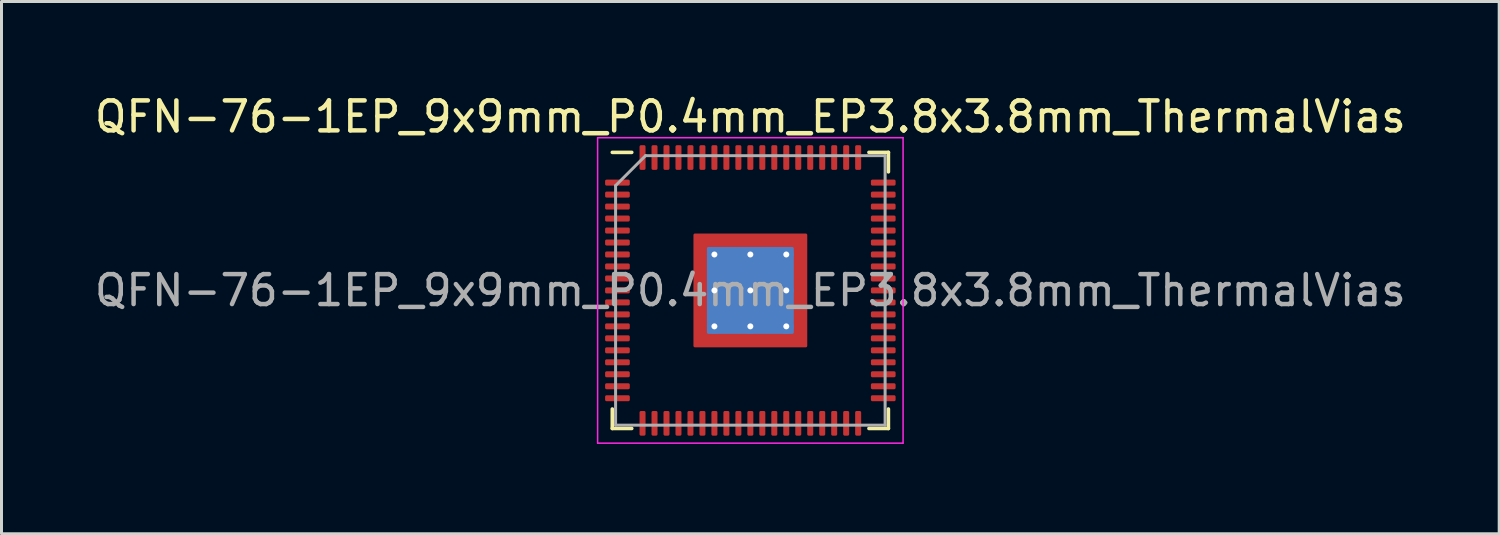
<source format=kicad_pcb>
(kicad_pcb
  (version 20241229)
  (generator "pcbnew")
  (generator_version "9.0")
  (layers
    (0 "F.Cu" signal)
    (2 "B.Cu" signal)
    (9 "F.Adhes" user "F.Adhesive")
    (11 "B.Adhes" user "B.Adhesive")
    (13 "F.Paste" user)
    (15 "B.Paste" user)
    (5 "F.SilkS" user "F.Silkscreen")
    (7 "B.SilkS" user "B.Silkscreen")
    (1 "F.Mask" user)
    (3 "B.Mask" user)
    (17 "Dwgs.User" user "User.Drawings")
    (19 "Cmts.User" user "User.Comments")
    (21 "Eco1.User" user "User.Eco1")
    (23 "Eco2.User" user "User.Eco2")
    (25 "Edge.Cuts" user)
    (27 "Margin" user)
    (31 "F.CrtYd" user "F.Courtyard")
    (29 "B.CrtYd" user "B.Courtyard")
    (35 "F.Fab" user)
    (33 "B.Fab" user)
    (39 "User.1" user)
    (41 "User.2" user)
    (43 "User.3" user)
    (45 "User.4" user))
  (footprint "QFN-76-1EP_9x9mm_P0.4mm_EP3.8x3.8mm_ThermalVias"
    (layer "F.Cu")
    (at 22.006 6.648)
    (property "Reference" "QFN-76-1EP_9x9mm_P0.4mm_EP3.8x3.8mm_ThermalVias" (at 0 -5.8 0) (layer "F.SilkS") (effects (font (size 1 1) (thickness 0.15))))
    (attr smd)
    (fp_line (start -4.61 4.61) (end -4.61 3.96) (stroke (width 0.12) (type solid)) (layer "F.SilkS"))
    (fp_line (start -3.96 -4.61) (end -4.61 -4.61) (stroke (width 0.12) (type solid)) (layer "F.SilkS"))
    (fp_line (start -3.96 4.61) (end -4.61 4.61) (stroke (width 0.12) (type solid)) (layer "F.SilkS"))
    (fp_line (start 3.96 -4.61) (end 4.61 -4.61) (stroke (width 0.12) (type solid)) (layer "F.SilkS"))
    (fp_line (start 3.96 4.61) (end 4.61 4.61) (stroke (width 0.12) (type solid)) (layer "F.SilkS"))
    (fp_line (start 4.61 -4.61) (end 4.61 -3.96) (stroke (width 0.12) (type solid)) (layer "F.SilkS"))
    (fp_line (start 4.61 4.61) (end 4.61 3.96) (stroke (width 0.12) (type solid)) (layer "F.SilkS"))
    (fp_line (start -5.1 -5.1) (end -5.1 5.1) (stroke (width 0.05) (type solid)) (layer "F.CrtYd"))
    (fp_line (start -5.1 5.1) (end 5.1 5.1) (stroke (width 0.05) (type solid)) (layer "F.CrtYd"))
    (fp_line (start 5.1 -5.1) (end -5.1 -5.1) (stroke (width 0.05) (type solid)) (layer "F.CrtYd"))
    (fp_line (start 5.1 5.1) (end 5.1 -5.1) (stroke (width 0.05) (type solid)) (layer "F.CrtYd"))
    (fp_line (start -4.5 -3.5) (end -3.5 -4.5) (stroke (width 0.1) (type solid)) (layer "F.Fab"))
    (fp_line (start -4.5 4.5) (end -4.5 -3.5) (stroke (width 0.1) (type solid)) (layer "F.Fab"))
    (fp_line (start -3.5 -4.5) (end 4.5 -4.5) (stroke (width 0.1) (type solid)) (layer "F.Fab"))
    (fp_line (start 4.5 -4.5) (end 4.5 4.5) (stroke (width 0.1) (type solid)) (layer "F.Fab"))
    (fp_line (start 4.5 4.5) (end -4.5 4.5) (stroke (width 0.1) (type solid)) (layer "F.Fab"))
    (fp_text user "${REFERENCE}" (at 0 0 0) (layer "F.Fab") (effects (font (size 1 1) (thickness 0.15))))
    (pad "" smd custom (at -1.55 -1.55) (size 0.46 0.46) (layers "F.Paste") (options (anchor circle)) (primitives (gr_poly (pts (xy -0.282 -0.282) (xy 0.282 -0.282) (xy 0.282 0.135) (xy 0.135 0.282) (xy -0.282 0.282)) (width 0) (fill yes))))
    (pad "" smd custom (at -1.55 -0.6) (size 0.495 0.495) (layers "F.Paste") (options (anchor circle)) (primitives (gr_poly (pts (xy -0.282 -0.484) (xy 0.183 -0.484) (xy 0.282 -0.385) (xy 0.282 0.385) (xy 0.183 0.484) (xy -0.282 0.484)) (width 0) (fill yes))))
    (pad "" smd custom (at -1.55 0.6) (size 0.495 0.495) (layers "F.Paste") (options (anchor circle)) (primitives (gr_poly (pts (xy -0.282 -0.484) (xy 0.183 -0.484) (xy 0.282 -0.385) (xy 0.282 0.385) (xy 0.183 0.484) (xy -0.282 0.484)) (width 0) (fill yes))))
    (pad "" smd custom (at -1.55 1.55) (size 0.46 0.46) (layers "F.Paste") (options (anchor circle)) (primitives (gr_poly (pts (xy -0.282 -0.282) (xy 0.135 -0.282) (xy 0.282 -0.135) (xy 0.282 0.282) (xy -0.282 0.282)) (width 0) (fill yes))))
    (pad "" smd custom (at -0.6 -1.55) (size 0.495 0.495) (layers "F.Paste") (options (anchor circle)) (primitives (gr_poly (pts (xy -0.484 -0.282) (xy 0.484 -0.282) (xy 0.484 0.183) (xy 0.385 0.282) (xy -0.385 0.282) (xy -0.484 0.183)) (width 0) (fill yes))))
    (pad "" smd custom (at -0.6 -0.6) (size 0.932 0.932) (layers "F.Paste") (options (anchor circle)) (primitives (gr_poly (pts (xy -0.484 -0.433) (xy -0.433 -0.484) (xy 0.433 -0.484) (xy 0.484 -0.433) (xy 0.484 0.433) (xy 0.433 0.484) (xy -0.433 0.484) (xy -0.484 0.433)) (width 0) (fill yes))))
    (pad "" smd custom (at -0.6 0.6) (size 0.932 0.932) (layers "F.Paste") (options (anchor circle)) (primitives (gr_poly (pts (xy -0.484 -0.433) (xy -0.433 -0.484) (xy 0.433 -0.484) (xy 0.484 -0.433) (xy 0.484 0.433) (xy 0.433 0.484) (xy -0.433 0.484) (xy -0.484 0.433)) (width 0) (fill yes))))
    (pad "" smd custom (at -0.6 1.55) (size 0.495 0.495) (layers "F.Paste") (options (anchor circle)) (primitives (gr_poly (pts (xy -0.484 -0.183) (xy -0.385 -0.282) (xy 0.385 -0.282) (xy 0.484 -0.183) (xy 0.484 0.282) (xy -0.484 0.282)) (width 0) (fill yes))))
    (pad "" smd custom (at 0.6 -1.55) (size 0.495 0.495) (layers "F.Paste") (options (anchor circle)) (primitives (gr_poly (pts (xy -0.484 -0.282) (xy 0.484 -0.282) (xy 0.484 0.183) (xy 0.385 0.282) (xy -0.385 0.282) (xy -0.484 0.183)) (width 0) (fill yes))))
    (pad "" smd custom (at 0.6 -0.6) (size 0.932 0.932) (layers "F.Paste") (options (anchor circle)) (primitives (gr_poly (pts (xy -0.484 -0.433) (xy -0.433 -0.484) (xy 0.433 -0.484) (xy 0.484 -0.433) (xy 0.484 0.433) (xy 0.433 0.484) (xy -0.433 0.484) (xy -0.484 0.433)) (width 0) (fill yes))))
    (pad "" smd custom (at 0.6 0.6) (size 0.932 0.932) (layers "F.Paste") (options (anchor circle)) (primitives (gr_poly (pts (xy -0.484 -0.433) (xy -0.433 -0.484) (xy 0.433 -0.484) (xy 0.484 -0.433) (xy 0.484 0.433) (xy 0.433 0.484) (xy -0.433 0.484) (xy -0.484 0.433)) (width 0) (fill yes))))
    (pad "" smd custom (at 0.6 1.55) (size 0.495 0.495) (layers "F.Paste") (options (anchor circle)) (primitives (gr_poly (pts (xy -0.484 -0.183) (xy -0.385 -0.282) (xy 0.385 -0.282) (xy 0.484 -0.183) (xy 0.484 0.282) (xy -0.484 0.282)) (width 0) (fill yes))))
    (pad "" smd custom (at 1.55 -1.55) (size 0.46 0.46) (layers "F.Paste") (options (anchor circle)) (primitives (gr_poly (pts (xy -0.282 -0.282) (xy 0.282 -0.282) (xy 0.282 0.282) (xy -0.135 0.282) (xy -0.282 0.135)) (width 0) (fill yes))))
    (pad "" smd custom (at 1.55 -0.6) (size 0.495 0.495) (layers "F.Paste") (options (anchor circle)) (primitives (gr_poly (pts (xy -0.282 -0.385) (xy -0.183 -0.484) (xy 0.282 -0.484) (xy 0.282 0.484) (xy -0.183 0.484) (xy -0.282 0.385)) (width 0) (fill yes))))
    (pad "" smd custom (at 1.55 0.6) (size 0.495 0.495) (layers "F.Paste") (options (anchor circle)) (primitives (gr_poly (pts (xy -0.282 -0.385) (xy -0.183 -0.484) (xy 0.282 -0.484) (xy 0.282 0.484) (xy -0.183 0.484) (xy -0.282 0.385)) (width 0) (fill yes))))
    (pad "" smd custom (at 1.55 1.55) (size 0.46 0.46) (layers "F.Paste") (options (anchor circle)) (primitives (gr_poly (pts (xy -0.282 -0.135) (xy -0.135 -0.282) (xy 0.282 -0.282) (xy 0.282 0.282) (xy -0.282 0.282)) (width 0) (fill yes))))
    (pad "1" smd roundrect (at -4.438 -3.6) (size 0.825 0.2) (layers "F.Cu" "F.Mask" "F.Paste") (roundrect_rratio 0.25))
    (pad "2" smd roundrect (at -4.438 -3.2) (size 0.825 0.2) (layers "F.Cu" "F.Mask" "F.Paste") (roundrect_rratio 0.25))
    (pad "3" smd roundrect (at -4.438 -2.8) (size 0.825 0.2) (layers "F.Cu" "F.Mask" "F.Paste") (roundrect_rratio 0.25))
    (pad "4" smd roundrect (at -4.438 -2.4) (size 0.825 0.2) (layers "F.Cu" "F.Mask" "F.Paste") (roundrect_rratio 0.25))
    (pad "5" smd roundrect (at -4.438 -2) (size 0.825 0.2) (layers "F.Cu" "F.Mask" "F.Paste") (roundrect_rratio 0.25))
    (pad "6" smd roundrect (at -4.438 -1.6) (size 0.825 0.2) (layers "F.Cu" "F.Mask" "F.Paste") (roundrect_rratio 0.25))
    (pad "7" smd roundrect (at -4.438 -1.2) (size 0.825 0.2) (layers "F.Cu" "F.Mask" "F.Paste") (roundrect_rratio 0.25))
    (pad "8" smd roundrect (at -4.438 -0.8) (size 0.825 0.2) (layers "F.Cu" "F.Mask" "F.Paste") (roundrect_rratio 0.25))
    (pad "9" smd roundrect (at -4.438 -0.4) (size 0.825 0.2) (layers "F.Cu" "F.Mask" "F.Paste") (roundrect_rratio 0.25))
    (pad "10" smd roundrect (at -4.438 0) (size 0.825 0.2) (layers "F.Cu" "F.Mask" "F.Paste") (roundrect_rratio 0.25))
    (pad "11" smd roundrect (at -4.438 0.4) (size 0.825 0.2) (layers "F.Cu" "F.Mask" "F.Paste") (roundrect_rratio 0.25))
    (pad "12" smd roundrect (at -4.438 0.8) (size 0.825 0.2) (layers "F.Cu" "F.Mask" "F.Paste") (roundrect_rratio 0.25))
    (pad "13" smd roundrect (at -4.438 1.2) (size 0.825 0.2) (layers "F.Cu" "F.Mask" "F.Paste") (roundrect_rratio 0.25))
    (pad "14" smd roundrect (at -4.438 1.6) (size 0.825 0.2) (layers "F.Cu" "F.Mask" "F.Paste") (roundrect_rratio 0.25))
    (pad "15" smd roundrect (at -4.438 2) (size 0.825 0.2) (layers "F.Cu" "F.Mask" "F.Paste") (roundrect_rratio 0.25))
    (pad "16" smd roundrect (at -4.438 2.4) (size 0.825 0.2) (layers "F.Cu" "F.Mask" "F.Paste") (roundrect_rratio 0.25))
    (pad "17" smd roundrect (at -4.438 2.8) (size 0.825 0.2) (layers "F.Cu" "F.Mask" "F.Paste") (roundrect_rratio 0.25))
    (pad "18" smd roundrect (at -4.438 3.2) (size 0.825 0.2) (layers "F.Cu" "F.Mask" "F.Paste") (roundrect_rratio 0.25))
    (pad "19" smd roundrect (at -4.438 3.6) (size 0.825 0.2) (layers "F.Cu" "F.Mask" "F.Paste") (roundrect_rratio 0.25))
    (pad "20" smd roundrect (at -3.6 4.438) (size 0.2 0.825) (layers "F.Cu" "F.Mask" "F.Paste") (roundrect_rratio 0.25))
    (pad "21" smd roundrect (at -3.2 4.438) (size 0.2 0.825) (layers "F.Cu" "F.Mask" "F.Paste") (roundrect_rratio 0.25))
    (pad "22" smd roundrect (at -2.8 4.438) (size 0.2 0.825) (layers "F.Cu" "F.Mask" "F.Paste") (roundrect_rratio 0.25))
    (pad "23" smd roundrect (at -2.4 4.438) (size 0.2 0.825) (layers "F.Cu" "F.Mask" "F.Paste") (roundrect_rratio 0.25))
    (pad "24" smd roundrect (at -2 4.438) (size 0.2 0.825) (layers "F.Cu" "F.Mask" "F.Paste") (roundrect_rratio 0.25))
    (pad "25" smd roundrect (at -1.6 4.438) (size 0.2 0.825) (layers "F.Cu" "F.Mask" "F.Paste") (roundrect_rratio 0.25))
    (pad "26" smd roundrect (at -1.2 4.438) (size 0.2 0.825) (layers "F.Cu" "F.Mask" "F.Paste") (roundrect_rratio 0.25))
    (pad "27" smd roundrect (at -0.8 4.438) (size 0.2 0.825) (layers "F.Cu" "F.Mask" "F.Paste") (roundrect_rratio 0.25))
    (pad "28" smd roundrect (at -0.4 4.438) (size 0.2 0.825) (layers "F.Cu" "F.Mask" "F.Paste") (roundrect_rratio 0.25))
    (pad "29" smd roundrect (at 0 4.438) (size 0.2 0.825) (layers "F.Cu" "F.Mask" "F.Paste") (roundrect_rratio 0.25))
    (pad "30" smd roundrect (at 0.4 4.438) (size 0.2 0.825) (layers "F.Cu" "F.Mask" "F.Paste") (roundrect_rratio 0.25))
    (pad "31" smd roundrect (at 0.8 4.438) (size 0.2 0.825) (layers "F.Cu" "F.Mask" "F.Paste") (roundrect_rratio 0.25))
    (pad "32" smd roundrect (at 1.2 4.438) (size 0.2 0.825) (layers "F.Cu" "F.Mask" "F.Paste") (roundrect_rratio 0.25))
    (pad "33" smd roundrect (at 1.6 4.438) (size 0.2 0.825) (layers "F.Cu" "F.Mask" "F.Paste") (roundrect_rratio 0.25))
    (pad "34" smd roundrect (at 2 4.438) (size 0.2 0.825) (layers "F.Cu" "F.Mask" "F.Paste") (roundrect_rratio 0.25))
    (pad "35" smd roundrect (at 2.4 4.438) (size 0.2 0.825) (layers "F.Cu" "F.Mask" "F.Paste") (roundrect_rratio 0.25))
    (pad "36" smd roundrect (at 2.8 4.438) (size 0.2 0.825) (layers "F.Cu" "F.Mask" "F.Paste") (roundrect_rratio 0.25))
    (pad "37" smd roundrect (at 3.2 4.438) (size 0.2 0.825) (layers "F.Cu" "F.Mask" "F.Paste") (roundrect_rratio 0.25))
    (pad "38" smd roundrect (at 3.6 4.438) (size 0.2 0.825) (layers "F.Cu" "F.Mask" "F.Paste") (roundrect_rratio 0.25))
    (pad "39" smd roundrect (at 4.438 3.6) (size 0.825 0.2) (layers "F.Cu" "F.Mask" "F.Paste") (roundrect_rratio 0.25))
    (pad "40" smd roundrect (at 4.438 3.2) (size 0.825 0.2) (layers "F.Cu" "F.Mask" "F.Paste") (roundrect_rratio 0.25))
    (pad "41" smd roundrect (at 4.438 2.8) (size 0.825 0.2) (layers "F.Cu" "F.Mask" "F.Paste") (roundrect_rratio 0.25))
    (pad "42" smd roundrect (at 4.438 2.4) (size 0.825 0.2) (layers "F.Cu" "F.Mask" "F.Paste") (roundrect_rratio 0.25))
    (pad "43" smd roundrect (at 4.438 2) (size 0.825 0.2) (layers "F.Cu" "F.Mask" "F.Paste") (roundrect_rratio 0.25))
    (pad "44" smd roundrect (at 4.438 1.6) (size 0.825 0.2) (layers "F.Cu" "F.Mask" "F.Paste") (roundrect_rratio 0.25))
    (pad "45" smd roundrect (at 4.438 1.2) (size 0.825 0.2) (layers "F.Cu" "F.Mask" "F.Paste") (roundrect_rratio 0.25))
    (pad "46" smd roundrect (at 4.438 0.8) (size 0.825 0.2) (layers "F.Cu" "F.Mask" "F.Paste") (roundrect_rratio 0.25))
    (pad "47" smd roundrect (at 4.438 0.4) (size 0.825 0.2) (layers "F.Cu" "F.Mask" "F.Paste") (roundrect_rratio 0.25))
    (pad "48" smd roundrect (at 4.438 0) (size 0.825 0.2) (layers "F.Cu" "F.Mask" "F.Paste") (roundrect_rratio 0.25))
    (pad "49" smd roundrect (at 4.438 -0.4) (size 0.825 0.2) (layers "F.Cu" "F.Mask" "F.Paste") (roundrect_rratio 0.25))
    (pad "50" smd roundrect (at 4.438 -0.8) (size 0.825 0.2) (layers "F.Cu" "F.Mask" "F.Paste") (roundrect_rratio 0.25))
    (pad "51" smd roundrect (at 4.438 -1.2) (size 0.825 0.2) (layers "F.Cu" "F.Mask" "F.Paste") (roundrect_rratio 0.25))
    (pad "52" smd roundrect (at 4.438 -1.6) (size 0.825 0.2) (layers "F.Cu" "F.Mask" "F.Paste") (roundrect_rratio 0.25))
    (pad "53" smd roundrect (at 4.438 -2) (size 0.825 0.2) (layers "F.Cu" "F.Mask" "F.Paste") (roundrect_rratio 0.25))
    (pad "54" smd roundrect (at 4.438 -2.4) (size 0.825 0.2) (layers "F.Cu" "F.Mask" "F.Paste") (roundrect_rratio 0.25))
    (pad "55" smd roundrect (at 4.438 -2.8) (size 0.825 0.2) (layers "F.Cu" "F.Mask" "F.Paste") (roundrect_rratio 0.25))
    (pad "56" smd roundrect (at 4.438 -3.2) (size 0.825 0.2) (layers "F.Cu" "F.Mask" "F.Paste") (roundrect_rratio 0.25))
    (pad "57" smd roundrect (at 4.438 -3.6) (size 0.825 0.2) (layers "F.Cu" "F.Mask" "F.Paste") (roundrect_rratio 0.25))
    (pad "58" smd roundrect (at 3.6 -4.438) (size 0.2 0.825) (layers "F.Cu" "F.Mask" "F.Paste") (roundrect_rratio 0.25))
    (pad "59" smd roundrect (at 3.2 -4.438) (size 0.2 0.825) (layers "F.Cu" "F.Mask" "F.Paste") (roundrect_rratio 0.25))
    (pad "60" smd roundrect (at 2.8 -4.438) (size 0.2 0.825) (layers "F.Cu" "F.Mask" "F.Paste") (roundrect_rratio 0.25))
    (pad "61" smd roundrect (at 2.4 -4.438) (size 0.2 0.825) (layers "F.Cu" "F.Mask" "F.Paste") (roundrect_rratio 0.25))
    (pad "62" smd roundrect (at 2 -4.438) (size 0.2 0.825) (layers "F.Cu" "F.Mask" "F.Paste") (roundrect_rratio 0.25))
    (pad "63" smd roundrect (at 1.6 -4.438) (size 0.2 0.825) (layers "F.Cu" "F.Mask" "F.Paste") (roundrect_rratio 0.25))
    (pad "64" smd roundrect (at 1.2 -4.438) (size 0.2 0.825) (layers "F.Cu" "F.Mask" "F.Paste") (roundrect_rratio 0.25))
    (pad "65" smd roundrect (at 0.8 -4.438) (size 0.2 0.825) (layers "F.Cu" "F.Mask" "F.Paste") (roundrect_rratio 0.25))
    (pad "66" smd roundrect (at 0.4 -4.438) (size 0.2 0.825) (layers "F.Cu" "F.Mask" "F.Paste") (roundrect_rratio 0.25))
    (pad "67" smd roundrect (at 0 -4.438) (size 0.2 0.825) (layers "F.Cu" "F.Mask" "F.Paste") (roundrect_rratio 0.25))
    (pad "68" smd roundrect (at -0.4 -4.438) (size 0.2 0.825) (layers "F.Cu" "F.Mask" "F.Paste") (roundrect_rratio 0.25))
    (pad "69" smd roundrect (at -0.8 -4.438) (size 0.2 0.825) (layers "F.Cu" "F.Mask" "F.Paste") (roundrect_rratio 0.25))
    (pad "70" smd roundrect (at -1.2 -4.438) (size 0.2 0.825) (layers "F.Cu" "F.Mask" "F.Paste") (roundrect_rratio 0.25))
    (pad "71" smd roundrect (at -1.6 -4.438) (size 0.2 0.825) (layers "F.Cu" "F.Mask" "F.Paste") (roundrect_rratio 0.25))
    (pad "72" smd roundrect (at -2 -4.438) (size 0.2 0.825) (layers "F.Cu" "F.Mask" "F.Paste") (roundrect_rratio 0.25))
    (pad "73" smd roundrect (at -2.4 -4.438) (size 0.2 0.825) (layers "F.Cu" "F.Mask" "F.Paste") (roundrect_rratio 0.25))
    (pad "74" smd roundrect (at -2.8 -4.438) (size 0.2 0.825) (layers "F.Cu" "F.Mask" "F.Paste") (roundrect_rratio 0.25))
    (pad "75" smd roundrect (at -3.2 -4.438) (size 0.2 0.825) (layers "F.Cu" "F.Mask" "F.Paste") (roundrect_rratio 0.25))
    (pad "76" smd roundrect (at -3.6 -4.438) (size 0.2 0.825) (layers "F.Cu" "F.Mask" "F.Paste") (roundrect_rratio 0.25))
    (pad "77" thru_hole circle (at -1.2 -1.2) (size 0.5 0.5) (drill 0.2) (layers "*.Cu"))
    (pad "77" thru_hole circle (at -1.2 0) (size 0.5 0.5) (drill 0.2) (layers "*.Cu"))
    (pad "77" thru_hole circle (at -1.2 1.2) (size 0.5 0.5) (drill 0.2) (layers "*.Cu"))
    (pad "77" thru_hole circle (at 0 -1.2) (size 0.5 0.5) (drill 0.2) (layers "*.Cu"))
    (pad "77" thru_hole circle (at 0 0) (size 0.5 0.5) (drill 0.2) (layers "*.Cu"))
    (pad "77" smd roundrect (at 0 0) (size 2.9 2.9) (layers "B.Cu") (roundrect_rratio 0.017))
    (pad "77" smd roundrect (at 0 0) (size 3.8 3.8) (layers "F.Cu" "F.Mask") (roundrect_rratio 0.013))
    (pad "77" thru_hole circle (at 0 1.2) (size 0.5 0.5) (drill 0.2) (layers "*.Cu"))
    (pad "77" thru_hole circle (at 1.2 -1.2) (size 0.5 0.5) (drill 0.2) (layers "*.Cu"))
    (pad "77" thru_hole circle (at 1.2 0) (size 0.5 0.5) (drill 0.2) (layers "*.Cu"))
    (pad "77" thru_hole circle (at 1.2 1.2) (size 0.5 0.5) (drill 0.2) (layers "*.Cu")))
  (gr_rect
    (start -3 -3)
    (end 47.012 14.773)
    (stroke (width 0.1) (type default))
    (fill no)
    (layer "Edge.Cuts")))
</source>
